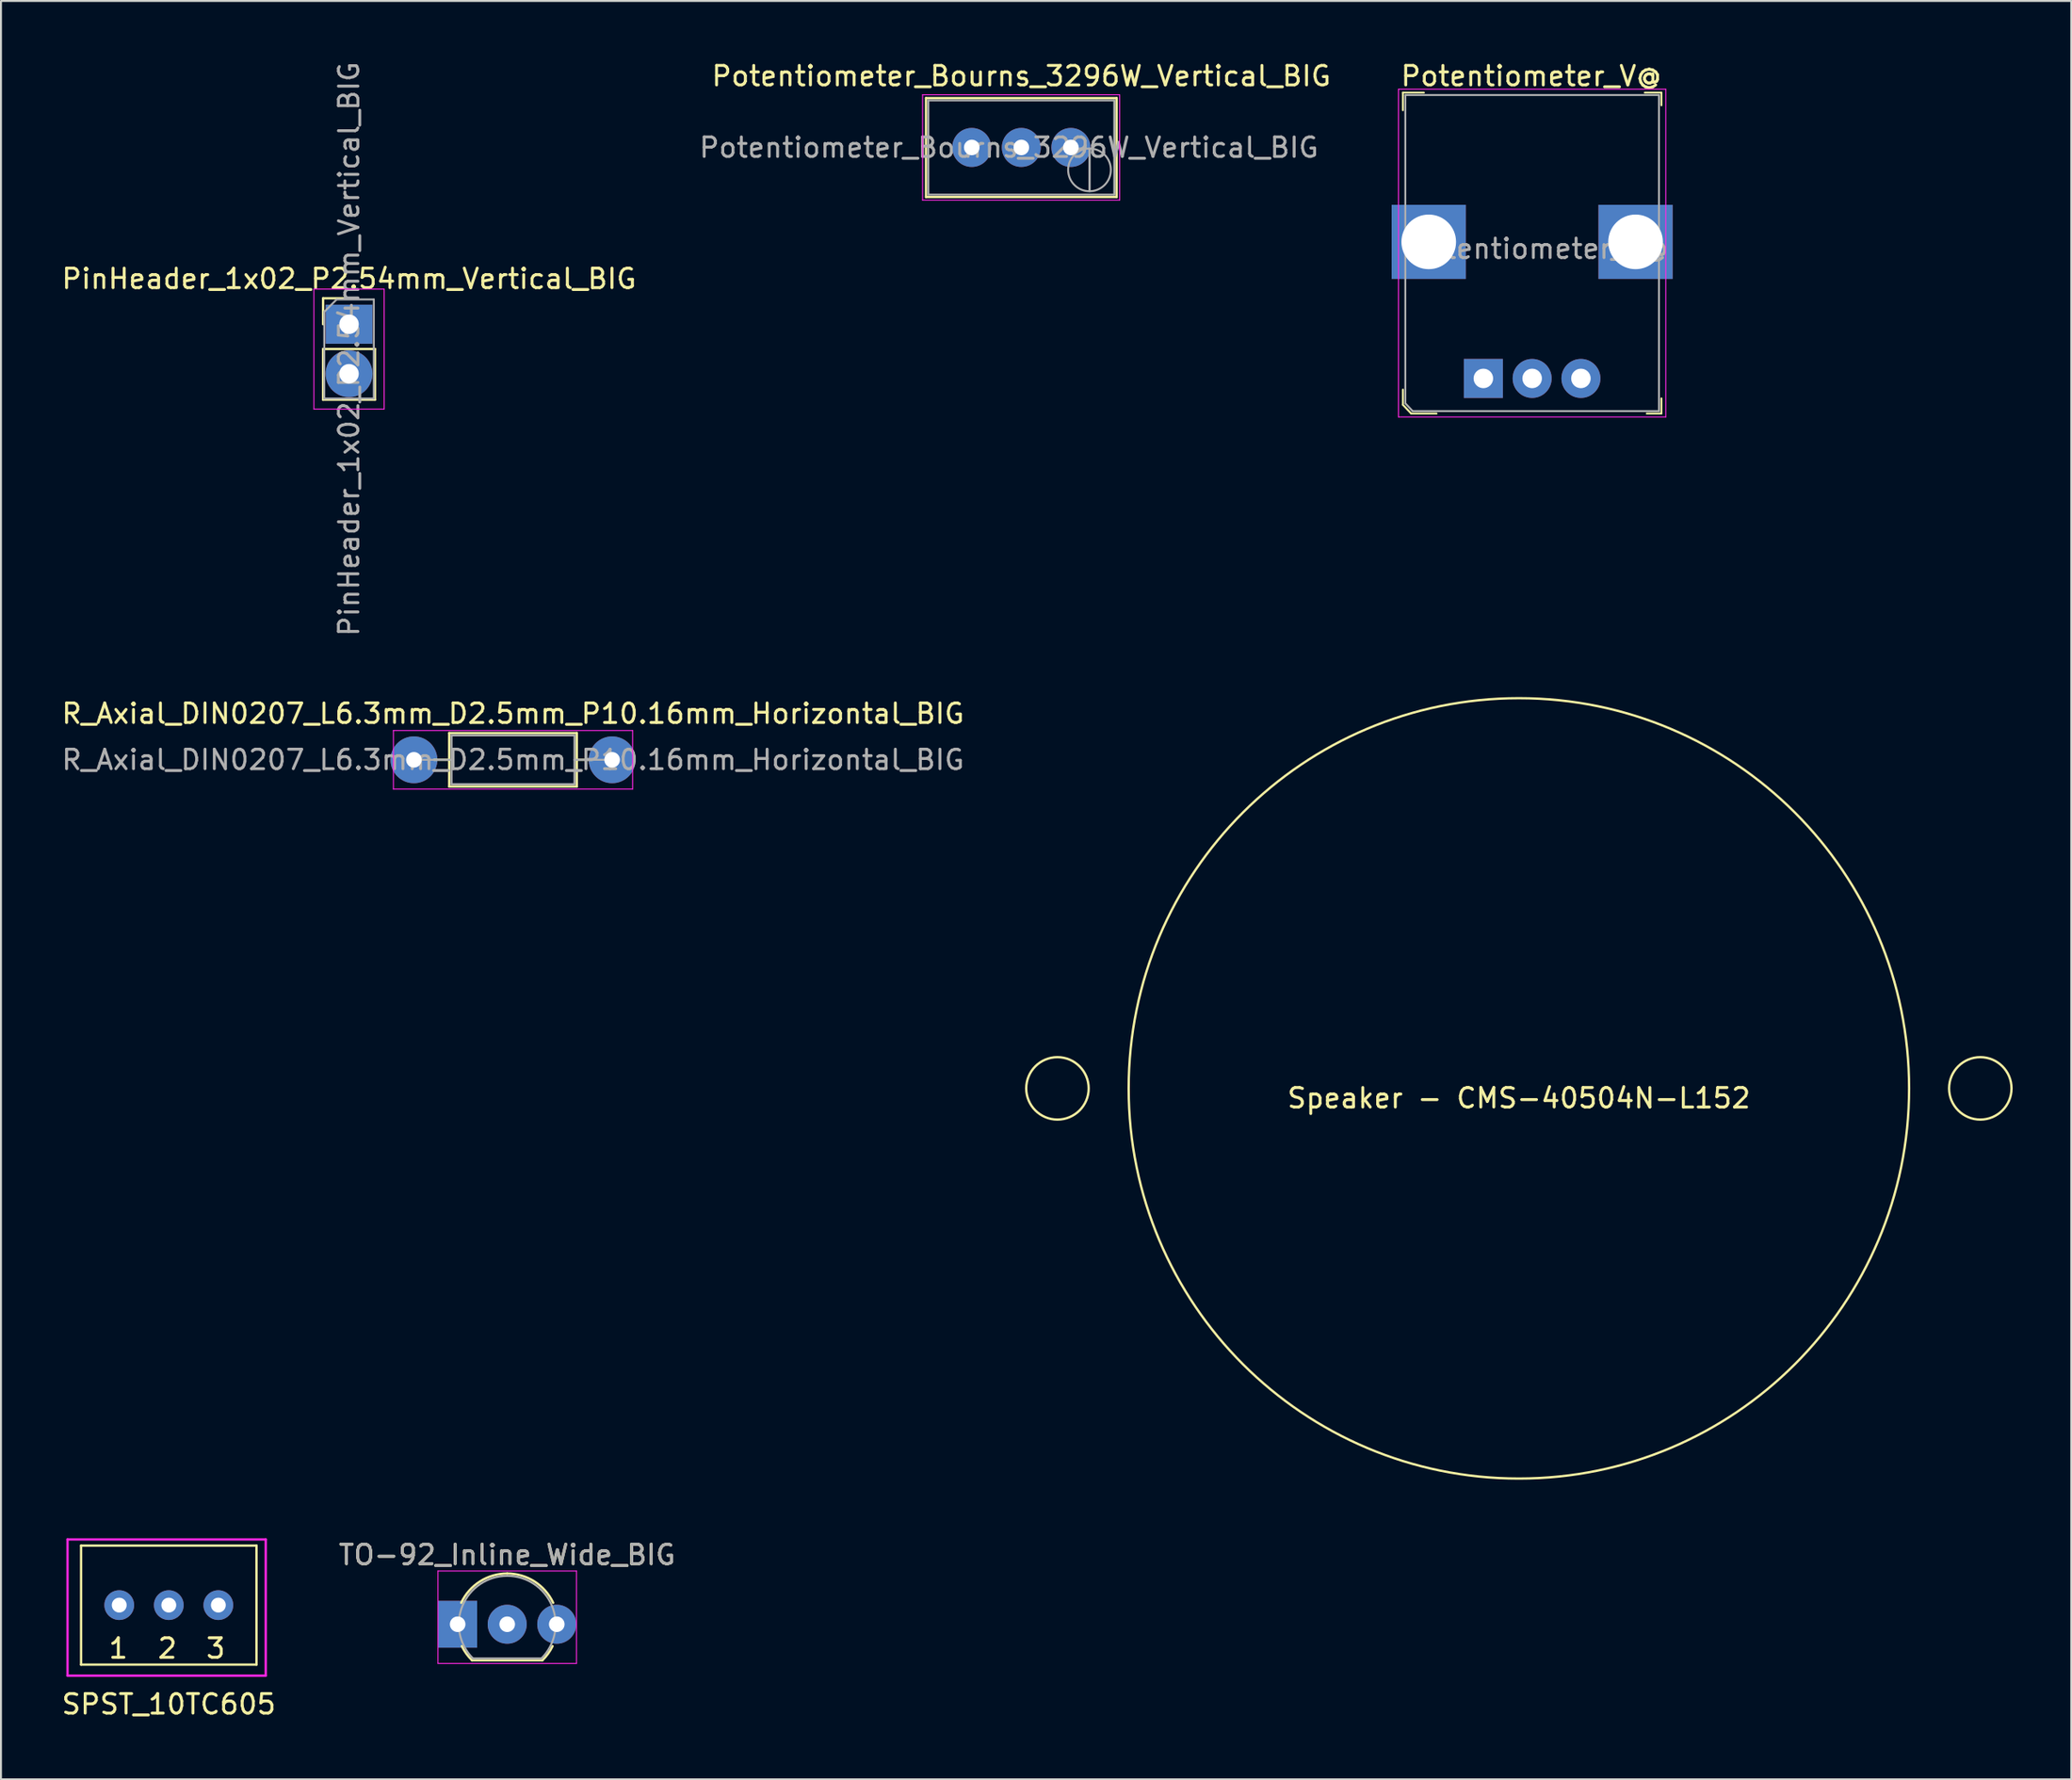
<source format=kicad_pcb>
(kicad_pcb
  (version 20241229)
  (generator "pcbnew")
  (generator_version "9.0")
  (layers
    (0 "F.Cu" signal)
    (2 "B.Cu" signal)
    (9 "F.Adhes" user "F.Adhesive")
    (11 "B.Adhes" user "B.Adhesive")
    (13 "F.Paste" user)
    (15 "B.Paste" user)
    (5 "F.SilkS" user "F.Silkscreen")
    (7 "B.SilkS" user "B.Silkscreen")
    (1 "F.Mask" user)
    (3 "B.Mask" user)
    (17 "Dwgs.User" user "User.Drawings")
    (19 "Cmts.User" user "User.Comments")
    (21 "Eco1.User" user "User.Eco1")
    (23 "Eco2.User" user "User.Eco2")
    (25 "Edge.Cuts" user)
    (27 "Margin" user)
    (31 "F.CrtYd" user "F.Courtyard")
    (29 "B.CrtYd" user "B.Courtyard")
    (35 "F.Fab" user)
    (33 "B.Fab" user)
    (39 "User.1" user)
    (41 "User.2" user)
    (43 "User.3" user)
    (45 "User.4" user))
  (footprint "TO-92_Inline_Wide_BIG"
    (layer "F.Cu")
    (at 20.406 80.207)
    (property "Reference" "TO-92_Inline_Wide_BIG" (at 2.54 -3.56 0) (layer "F.SilkS") (effects (font (size 1 1) (thickness 0.15))))
    (attr through_hole)
    (fp_line (start 0.74 1.85) (end 4.34 1.85) (stroke (width 0.12) (type solid)) (layer "F.SilkS"))
    (fp_arc (start 0.1836 -1.098807) (mid 1.143021 -2.192817) (end 2.54 -2.6) (stroke (width 0.12) (type solid)) (layer "F.SilkS"))
    (fp_arc (start 0.74 1.85) (mid 0.446097 1.509328) (end 0.215816 1.122795) (stroke (width 0.12) (type solid)) (layer "F.SilkS"))
    (fp_arc (start 2.54 -2.6) (mid 3.936979 -2.192818) (end 4.8964 -1.098807) (stroke (width 0.12) (type solid)) (layer "F.SilkS"))
    (fp_arc (start 4.864184 1.122795) (mid 4.633903 1.509328) (end 4.34 1.85) (stroke (width 0.12) (type solid)) (layer "F.SilkS"))
    (fp_line (start -1.01 -2.73) (end -1.01 2.01) (stroke (width 0.05) (type solid)) (layer "F.CrtYd"))
    (fp_line (start -1.01 -2.73) (end 6.09 -2.73) (stroke (width 0.05) (type solid)) (layer "F.CrtYd"))
    (fp_line (start 6.09 2.01) (end -1.01 2.01) (stroke (width 0.05) (type solid)) (layer "F.CrtYd"))
    (fp_line (start 6.09 2.01) (end 6.09 -2.73) (stroke (width 0.05) (type solid)) (layer "F.CrtYd"))
    (fp_line (start 0.8 1.75) (end 4.3 1.75) (stroke (width 0.1) (type solid)) (layer "F.Fab"))
    (fp_arc (start 0.786375 1.753625) (mid 0.248779 -0.949055) (end 2.54 -2.48) (stroke (width 0.1) (type solid)) (layer "F.Fab"))
    (fp_arc (start 2.54 -2.48) (mid 4.831221 -0.949055) (end 4.293625 1.753625) (stroke (width 0.1) (type solid)) (layer "F.Fab"))
    (fp_text user "${REFERENCE}" (at 2.54 -3.56 0) (layer "F.Fab") (effects (font (size 1 1) (thickness 0.15))))
    (pad "1" thru_hole rect (at 0 0 90) (size 2.4 2) (drill 0.8) (layers "*.Cu" "*.Mask"))
    (pad "2" thru_hole circle (at 2.54 0 90) (size 2 2) (drill 0.8) (layers "*.Cu" "*.Mask"))
    (pad "3" thru_hole circle (at 5.08 0 90) (size 2 2) (drill 0.8) (layers "*.Cu" "*.Mask")))
  (footprint "SPST_10TC605"
    (layer "F.Cu")
    (at 5.491 79.669)
    (property "Reference" "SPST_10TC605" (at 0.11 4.637 0) (layer "F.SilkS") (effects (font (size 1 1) (thickness 0.15))))
    (attr through_hole)
    (fp_line (start -4.385 -3.493) (end 4.605 -3.493) (stroke (width 0.12) (type solid)) (layer "F.SilkS"))
    (fp_line (start -4.385 2.607) (end -4.385 -3.493) (stroke (width 0.12) (type solid)) (layer "F.SilkS"))
    (fp_line (start 4.605 -3.493) (end 4.605 2.607) (stroke (width 0.12) (type solid)) (layer "F.SilkS"))
    (fp_line (start 4.605 2.607) (end -4.385 2.607) (stroke (width 0.12) (type solid)) (layer "F.SilkS"))
    (fp_line (start -5.08 -3.81) (end -5.08 3.175) (stroke (width 0.12) (type solid)) (layer "F.CrtYd"))
    (fp_line (start -5.08 3.175) (end 5.08 3.175) (stroke (width 0.12) (type solid)) (layer "F.CrtYd"))
    (fp_line (start 5.08 -3.81) (end -5.08 -3.81) (stroke (width 0.12) (type solid)) (layer "F.CrtYd"))
    (fp_line (start 5.08 3.175) (end 5.08 -3.81) (stroke (width 0.12) (type solid)) (layer "F.CrtYd"))
    (fp_text user "2" (at 0.037 1.776 0) (layer "F.SilkS") (effects (font (size 1 1) (thickness 0.15))))
    (fp_text user "3" (at 2.514 1.776 0) (layer "F.SilkS") (effects (font (size 1 1) (thickness 0.15))))
    (fp_text user "1" (at -2.477 1.776 0) (layer "F.SilkS") (effects (font (size 1 1) (thickness 0.15))))
    (pad "1" thru_hole circle (at -2.43 -0.443) (size 1.524 1.524) (drill 0.762) (layers "*.Cu" "*.Mask"))
    (pad "2" thru_hole circle (at 0.11 -0.443) (size 1.524 1.524) (drill 0.762) (layers "*.Cu" "*.Mask"))
    (pad "3" thru_hole circle (at 2.65 -0.443) (size 1.524 1.524) (drill 0.762) (layers "*.Cu" "*.Mask")))
  (footprint "R_Axial_DIN0207_L6.3mm_D2.5mm_P10.16mm_Horizontal_BIG"
    (layer "F.Cu")
    (at 18.164 35.897)
    (property "Reference" "R_Axial_DIN0207_L6.3mm_D2.5mm_P10.16mm_Horizontal_BIG" (at 5.08 -2.37 0) (layer "F.SilkS") (effects (font (size 1 1) (thickness 0.15))))
    (attr through_hole)
    (fp_line (start 1.04 0) (end 1.81 0) (stroke (width 0.12) (type solid)) (layer "F.SilkS"))
    (fp_line (start 1.81 -1.37) (end 1.81 1.37) (stroke (width 0.12) (type solid)) (layer "F.SilkS"))
    (fp_line (start 1.81 1.37) (end 8.35 1.37) (stroke (width 0.12) (type solid)) (layer "F.SilkS"))
    (fp_line (start 8.35 -1.37) (end 1.81 -1.37) (stroke (width 0.12) (type solid)) (layer "F.SilkS"))
    (fp_line (start 8.35 1.37) (end 8.35 -1.37) (stroke (width 0.12) (type solid)) (layer "F.SilkS"))
    (fp_line (start 9.12 0) (end 8.35 0) (stroke (width 0.12) (type solid)) (layer "F.SilkS"))
    (fp_line (start -1.05 -1.5) (end -1.05 1.5) (stroke (width 0.05) (type solid)) (layer "F.CrtYd"))
    (fp_line (start -1.05 1.5) (end 11.21 1.5) (stroke (width 0.05) (type solid)) (layer "F.CrtYd"))
    (fp_line (start 11.21 -1.5) (end -1.05 -1.5) (stroke (width 0.05) (type solid)) (layer "F.CrtYd"))
    (fp_line (start 11.21 1.5) (end 11.21 -1.5) (stroke (width 0.05) (type solid)) (layer "F.CrtYd"))
    (fp_line (start 0 0) (end 1.93 0) (stroke (width 0.1) (type solid)) (layer "F.Fab"))
    (fp_line (start 1.93 -1.25) (end 1.93 1.25) (stroke (width 0.1) (type solid)) (layer "F.Fab"))
    (fp_line (start 1.93 1.25) (end 8.23 1.25) (stroke (width 0.1) (type solid)) (layer "F.Fab"))
    (fp_line (start 8.23 -1.25) (end 1.93 -1.25) (stroke (width 0.1) (type solid)) (layer "F.Fab"))
    (fp_line (start 8.23 1.25) (end 8.23 -1.25) (stroke (width 0.1) (type solid)) (layer "F.Fab"))
    (fp_line (start 10.16 0) (end 8.23 0) (stroke (width 0.1) (type solid)) (layer "F.Fab"))
    (fp_text user "${REFERENCE}" (at 5.08 0 0) (layer "F.Fab") (effects (font (size 1 1) (thickness 0.15))))
    (pad "1" thru_hole circle (at 0 0) (size 2.4 2.4) (drill 0.8) (layers "*.Cu" "*.Mask"))
    (pad "2" thru_hole circle (at 10.16 0) (size 2.4 2.4) (drill 0.8) (layers "*.Cu" "*.Mask")))
  (footprint "Potentiometer_V@"
    (layer "F.Cu")
    (at 71.728 16.348)
    (property "Reference" "Potentiometer_V@" (at 3.7 -15.5 0) (layer "F.SilkS") (effects (font (size 1 1) (thickness 0.15))))
    (attr through_hole)
    (fp_line (start -2.875 -14.65) (end -2.875 -13.75) (stroke (width 0.1) (type solid)) (layer "F.SilkS"))
    (fp_line (start -2.875 0.575) (end -2.875 1.35) (stroke (width 0.1) (type solid)) (layer "F.SilkS"))
    (fp_line (start -2.875 1.35) (end -2.45 1.8) (stroke (width 0.1) (type solid)) (layer "F.SilkS"))
    (fp_line (start -2.45 1.8) (end -1.15 1.8) (stroke (width 0.1) (type solid)) (layer "F.SilkS"))
    (fp_line (start -1.8 -14.65) (end -2.875 -14.65) (stroke (width 0.1) (type solid)) (layer "F.SilkS"))
    (fp_line (start 9.525 -14.65) (end 10.375 -14.65) (stroke (width 0.1) (type solid)) (layer "F.SilkS"))
    (fp_line (start 10.375 -14.65) (end 10.375 -14) (stroke (width 0.1) (type solid)) (layer "F.SilkS"))
    (fp_line (start 10.375 1.025) (end 10.375 1.8) (stroke (width 0.1) (type solid)) (layer "F.SilkS"))
    (fp_line (start 10.375 1.8) (end 9.625 1.8) (stroke (width 0.1) (type solid)) (layer "F.SilkS"))
    (fp_line (start -3.1 -14.825) (end 10.6 -14.825) (stroke (width 0.05) (type solid)) (layer "F.CrtYd"))
    (fp_line (start -3.1 1.975) (end -3.1 -14.825) (stroke (width 0.05) (type solid)) (layer "F.CrtYd"))
    (fp_line (start 10.6 -14.825) (end 10.6 1.975) (stroke (width 0.05) (type solid)) (layer "F.CrtYd"))
    (fp_line (start 10.6 1.975) (end -3.1 1.975) (stroke (width 0.05) (type solid)) (layer "F.CrtYd"))
    (fp_line (start -2.75 -14.525) (end 10.25 -14.525) (stroke (width 0.1) (type solid)) (layer "F.Fab"))
    (fp_line (start -2.75 1.275) (end -2.75 -14.525) (stroke (width 0.1) (type solid)) (layer "F.Fab"))
    (fp_line (start -2.75 1.275) (end -2.375 1.675) (stroke (width 0.1) (type solid)) (layer "F.Fab"))
    (fp_line (start -2.375 1.675) (end 10.25 1.675) (stroke (width 0.1) (type solid)) (layer "F.Fab"))
    (fp_line (start 10.25 -14.525) (end 10.25 1.675) (stroke (width 0.1) (type solid)) (layer "F.Fab"))
    (fp_text user "${REFERENCE}" (at 4.05 -6.65 0) (layer "F.Fab") (effects (font (size 1 1) (thickness 0.15))))
    (pad "1" thru_hole rect (at 1.25 0) (size 2 2) (drill 1) (layers "*.Cu" "*.Mask"))
    (pad "2" thru_hole circle (at 3.75 0) (size 2 2) (drill 1) (layers "*.Cu" "*.Mask"))
    (pad "3" thru_hole circle (at 6.25 0) (size 2 2) (drill 1) (layers "*.Cu" "*.Mask"))
    (pad "4" thru_hole rect (at -1.55 -7) (size 3.8 3.8) (drill oval 2.8) (layers "*.Cu" "*.Mask"))
    (pad "4" thru_hole rect (at 9.05 -7) (size 3.8 3.8) (drill oval 2.8) (layers "*.Cu" "*.Mask")))
  (footprint "PinHeader_1x02_P2.54mm_Vertical_BIG"
    (layer "F.Cu")
    (at 14.839 13.569)
    (property "Reference" "PinHeader_1x02_P2.54mm_Vertical_BIG" (at 0 -2.33 180) (layer "F.SilkS") (effects (font (size 1 1) (thickness 0.15))))
    (attr through_hole)
    (fp_line (start -1.33 -1.33) (end 0 -1.33) (stroke (width 0.12) (type solid)) (layer "F.SilkS"))
    (fp_line (start -1.33 0) (end -1.33 -1.33) (stroke (width 0.12) (type solid)) (layer "F.SilkS"))
    (fp_line (start -1.33 1.27) (end -1.33 3.87) (stroke (width 0.12) (type solid)) (layer "F.SilkS"))
    (fp_line (start -1.33 1.27) (end 1.33 1.27) (stroke (width 0.12) (type solid)) (layer "F.SilkS"))
    (fp_line (start -1.33 3.87) (end 1.33 3.87) (stroke (width 0.12) (type solid)) (layer "F.SilkS"))
    (fp_line (start 1.33 1.27) (end 1.33 3.87) (stroke (width 0.12) (type solid)) (layer "F.SilkS"))
    (fp_line (start -1.8 -1.8) (end -1.8 4.35) (stroke (width 0.05) (type solid)) (layer "F.CrtYd"))
    (fp_line (start -1.8 4.35) (end 1.8 4.35) (stroke (width 0.05) (type solid)) (layer "F.CrtYd"))
    (fp_line (start 1.8 -1.8) (end -1.8 -1.8) (stroke (width 0.05) (type solid)) (layer "F.CrtYd"))
    (fp_line (start 1.8 4.35) (end 1.8 -1.8) (stroke (width 0.05) (type solid)) (layer "F.CrtYd"))
    (fp_line (start -1.27 -0.635) (end -0.635 -1.27) (stroke (width 0.1) (type solid)) (layer "F.Fab"))
    (fp_line (start -1.27 3.81) (end -1.27 -0.635) (stroke (width 0.1) (type solid)) (layer "F.Fab"))
    (fp_line (start -0.635 -1.27) (end 1.27 -1.27) (stroke (width 0.1) (type solid)) (layer "F.Fab"))
    (fp_line (start 1.27 -1.27) (end 1.27 3.81) (stroke (width 0.1) (type solid)) (layer "F.Fab"))
    (fp_line (start 1.27 3.81) (end -1.27 3.81) (stroke (width 0.1) (type solid)) (layer "F.Fab"))
    (fp_text user "${REFERENCE}" (at 0 1.27 90) (layer "F.Fab") (effects (font (size 1 1) (thickness 0.15))))
    (pad "1" thru_hole rect (at 0 0) (size 2.4 2) (drill 1) (layers "*.Cu" "*.Mask"))
    (pad "2" thru_hole oval (at 0 2.54) (size 2.4 2.4) (drill 1) (layers "*.Cu" "*.Mask")))
  (footprint "Speaker - CMS-40504N-L152"
    (layer "F.Cu")
    (at 74.798 52.739)
    (property "Reference" "Speaker - CMS-40504N-L152" (at 0 0.5 0) (layer "F.SilkS") (effects (font (size 1 1) (thickness 0.15))))
    (attr through_hole)
    (fp_circle (center -23.65 0) (end -22.05 0) (stroke (width 0.12) (type solid)) (fill no) (layer "F.SilkS"))
    (fp_circle (center 0 0) (end 20 0) (stroke (width 0.12) (type solid)) (fill no) (layer "F.SilkS"))
    (fp_circle (center 23.65 0) (end 25.25 0) (stroke (width 0.12) (type solid)) (fill no) (layer "F.SilkS")))
  (footprint "Potentiometer_Bourns_3296W_Vertical_BIG"
    (layer "F.Cu")
    (at 51.836 4.508)
    (property "Reference" "Potentiometer_Bourns_3296W_Vertical_BIG" (at -2.54 -3.66 180) (layer "F.SilkS") (effects (font (size 1 1) (thickness 0.15))))
    (attr through_hole)
    (fp_line (start -7.425 -2.53) (end -7.425 2.54) (stroke (width 0.12) (type solid)) (layer "F.SilkS"))
    (fp_line (start -7.425 -2.53) (end 2.345 -2.53) (stroke (width 0.12) (type solid)) (layer "F.SilkS"))
    (fp_line (start -7.425 2.54) (end 2.345 2.54) (stroke (width 0.12) (type solid)) (layer "F.SilkS"))
    (fp_line (start 2.345 -2.53) (end 2.345 2.54) (stroke (width 0.12) (type solid)) (layer "F.SilkS"))
    (fp_line (start -7.6 -2.7) (end -7.6 2.7) (stroke (width 0.05) (type solid)) (layer "F.CrtYd"))
    (fp_line (start -7.6 2.7) (end 2.5 2.7) (stroke (width 0.05) (type solid)) (layer "F.CrtYd"))
    (fp_line (start 2.5 -2.7) (end -7.6 -2.7) (stroke (width 0.05) (type solid)) (layer "F.CrtYd"))
    (fp_line (start 2.5 2.7) (end 2.5 -2.7) (stroke (width 0.05) (type solid)) (layer "F.CrtYd"))
    (fp_line (start -7.305 -2.41) (end -7.305 2.42) (stroke (width 0.1) (type solid)) (layer "F.Fab"))
    (fp_line (start -7.305 2.42) (end 2.225 2.42) (stroke (width 0.1) (type solid)) (layer "F.Fab"))
    (fp_line (start 0.955 2.235) (end 0.956 0.066) (stroke (width 0.1) (type solid)) (layer "F.Fab"))
    (fp_line (start 0.955 2.235) (end 0.956 0.066) (stroke (width 0.1) (type solid)) (layer "F.Fab"))
    (fp_line (start 2.225 -2.41) (end -7.305 -2.41) (stroke (width 0.1) (type solid)) (layer "F.Fab"))
    (fp_line (start 2.225 2.42) (end 2.225 -2.41) (stroke (width 0.1) (type solid)) (layer "F.Fab"))
    (fp_circle (center 0.955 1.15) (end 2.05 1.15) (stroke (width 0.1) (type solid)) (fill no) (layer "F.Fab"))
    (fp_text user "${REFERENCE}" (at -3.175 0.005 180) (layer "F.Fab") (effects (font (size 1 1) (thickness 0.15))))
    (pad "1" thru_hole circle (at 0 0) (size 2 2) (drill 0.8) (layers "*.Cu" "*.Mask"))
    (pad "2" thru_hole circle (at -2.54 0) (size 2 2) (drill 0.8) (layers "*.Cu" "*.Mask"))
    (pad "3" thru_hole circle (at -5.08 0) (size 2 2) (drill 0.8) (layers "*.Cu" "*.Mask")))
  (gr_rect
    (start -3 -3)
    (end 103.108 88.154)
    (stroke (width 0.1) (type default))
    (fill no)
    (layer "Edge.Cuts")))
</source>
